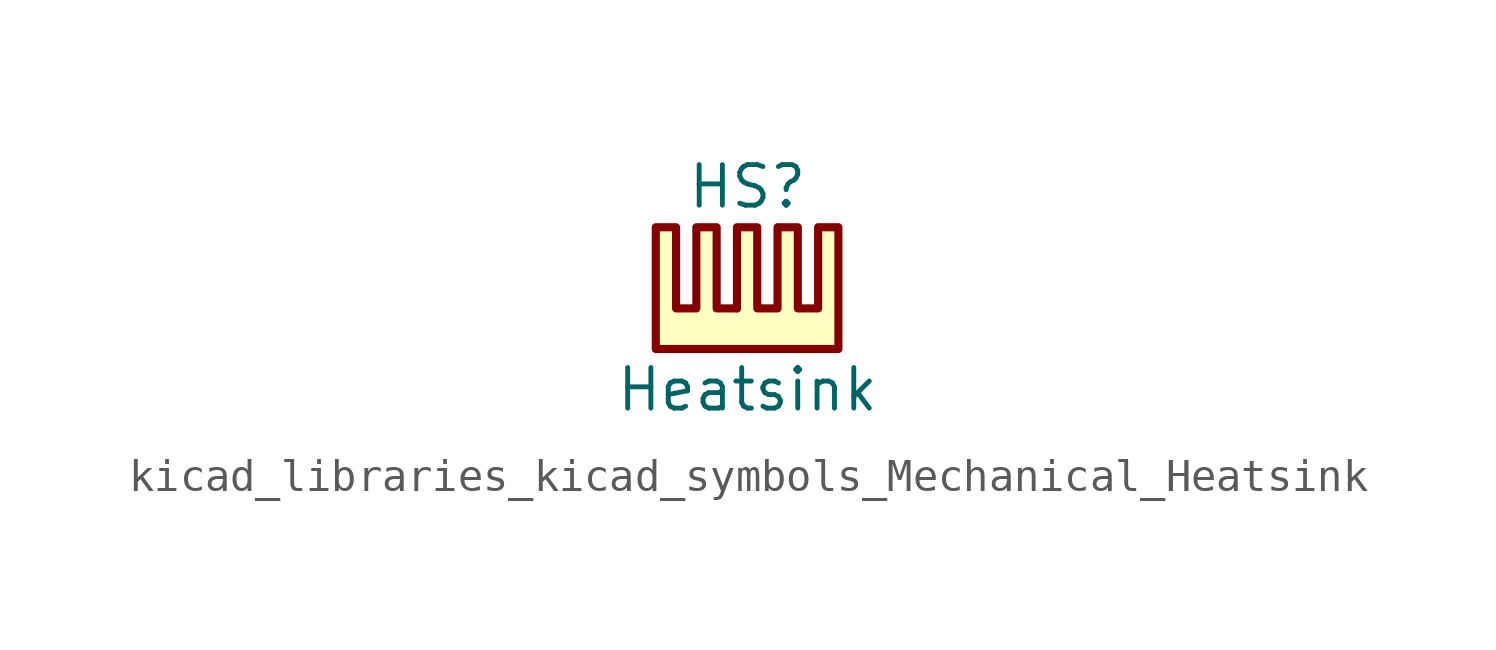
<source format=kicad_sym>
(kicad_symbol_lib
  (version 20220914)
  (generator kicad_symbol_editor)
  (symbol "kicad_libraries_kicad_symbols_Mechanical_Heatsink"
    (pin_names
      (offset 1.016))
    (property "Reference" "HS"
      (at 0 5.08 0)
      (effects (font (size 1.27 1.27))))
    (property "Value" "Heatsink"
      (at 0 -1.27 0)
      (effects (font (size 1.27 1.27))))
    (symbol "kicad_libraries_kicad_symbols_Mechanical_Heatsink_0_1"
      (polyline (pts (xy -0.33 1.27) (xy -0.965 1.27) (xy -0.965 3.81) (xy -1.6 3.81) (xy -1.6 1.27) (xy -2.235 1.27) (xy -2.235 3.81) (xy -2.87 3.81) (xy -2.87 0) (xy -0.965 0)) (stroke (width 0.254) (type default)) (fill (type background)))
      (polyline (pts (xy -0.33 1.27) (xy -0.33 3.81) (xy 0.305 3.81) (xy 0.305 1.27) (xy 0.94 1.27) (xy 0.94 3.81) (xy 1.575 3.81) (xy 1.575 1.27) (xy 2.21 1.27) (xy 2.21 3.81) (xy 2.845 3.81) (xy 2.845 0) (xy -0.965 0)) (stroke (width 0.254) (type default)) (fill (type background))))))
</source>
